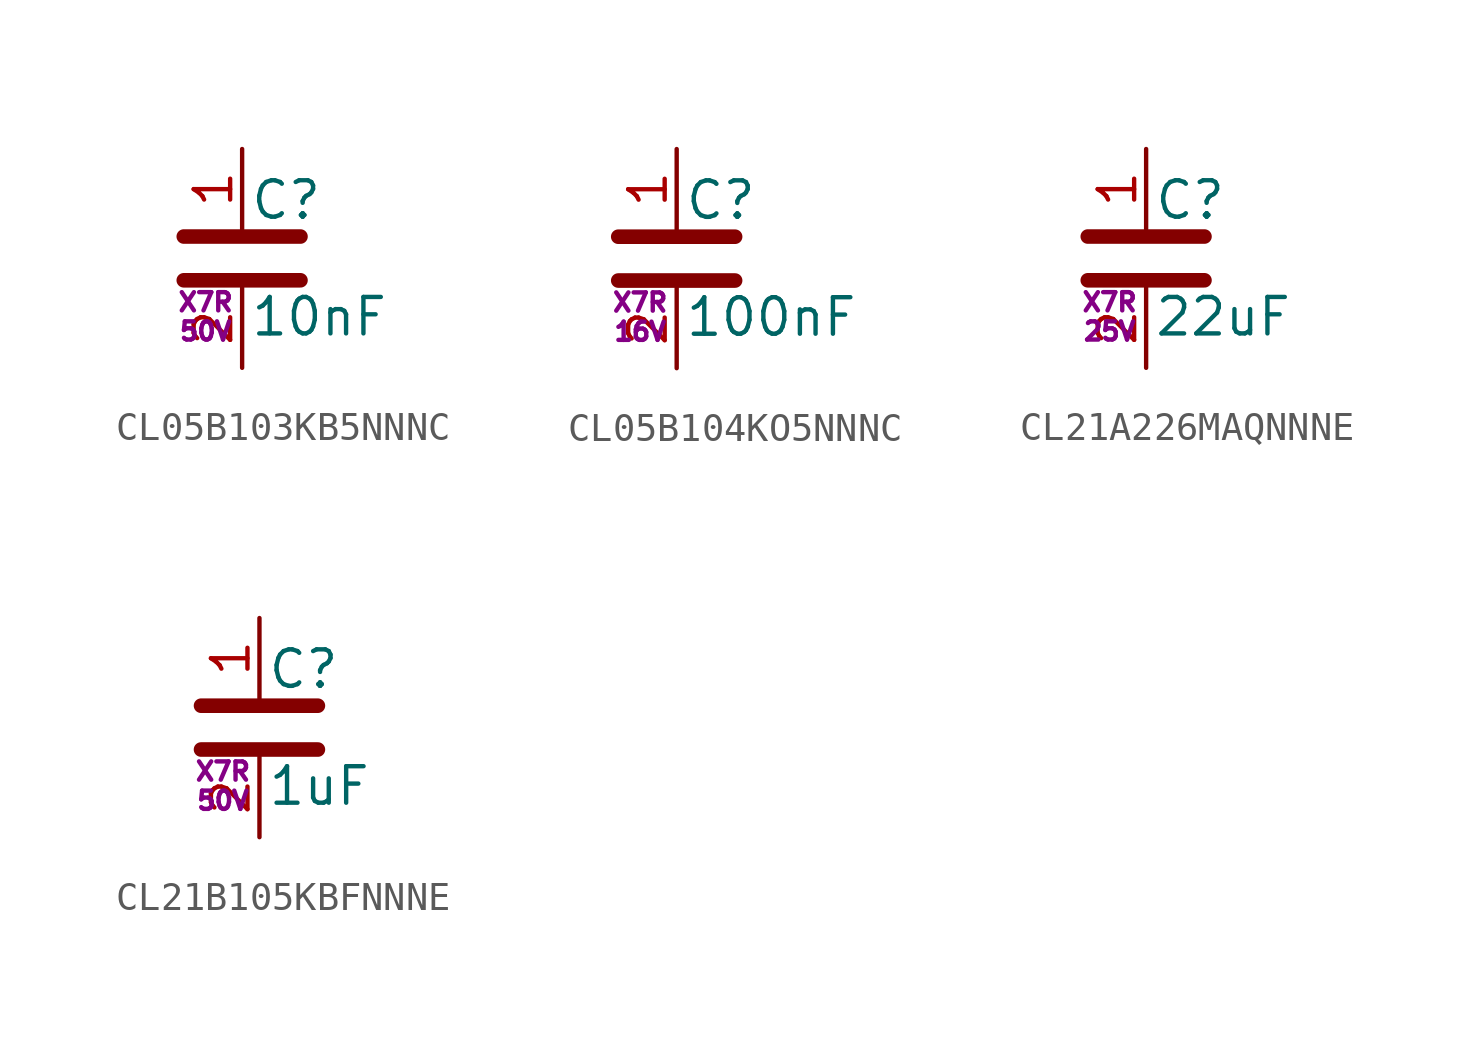
<source format=kicad_sym>
(kicad_symbol_lib
  (version 20211014)
  (generator None)
  (symbol "CL05B103KB5NNNC"
    (pin_names
      (offset 0))
    (property "Reference" "C"
      (at 0.254 2.032 0)
      (effects (font (size 1.27 1.27)) (justify left)))
    (property "Value" "10nF"
      (at 0.254 -2.032 0)
      (effects (font (size 1.27 1.27)) (justify left)))
    (property "Dielectric" "X7R"
      (at -1.27 -1.524 0)
      (effects (font (size 0.635 0.635))))
    (property "Voltage" "50V"
      (at -1.27 -2.54 0)
      (effects (font (size 0.635 0.635))))
    (symbol "CL05B103KB5NNNC_0_1"
      (polyline (pts (xy -2.032 0.762) (xy 2.032 0.762)) (stroke (width 0.508) (type default)) (fill (type none)))
      (polyline (pts (xy -2.032 -0.762) (xy 2.032 -0.762)) (stroke (width 0.508) (type default)) (fill (type none))))
    (symbol "CL05B103KB5NNNC_1_1"
      (pin passive line (at 0 3.81 270) (length 2.794) (name "~" (effects (font (size 1.27 1.27)))) (number "1" (effects (font (size 1.27 1.27)))))
      (pin passive line (at 0 -3.81 90) (length 2.794) (name "~" (effects (font (size 1.27 1.27)))) (number "2" (effects (font (size 1.27 1.27)))))))
  (symbol "CL05B104KO5NNNC"
    (pin_names
      (offset 0))
    (property "Reference" "C"
      (at 0.254 2.032 0)
      (effects (font (size 1.27 1.27)) (justify left)))
    (property "Value" "100nF"
      (at 0.254 -2.032 0)
      (effects (font (size 1.27 1.27)) (justify left)))
    (property "Dielectric" "X7R"
      (at -1.27 -1.524 0)
      (effects (font (size 0.635 0.635))))
    (property "Voltage" "16V"
      (at -1.27 -2.54 0)
      (effects (font (size 0.635 0.635))))
    (symbol "CL05B104KO5NNNC_0_1"
      (polyline (pts (xy -2.032 0.762) (xy 2.032 0.762)) (stroke (width 0.508) (type default)) (fill (type none)))
      (polyline (pts (xy -2.032 -0.762) (xy 2.032 -0.762)) (stroke (width 0.508) (type default)) (fill (type none))))
    (symbol "CL05B104KO5NNNC_1_1"
      (pin passive line (at 0 3.81 270) (length 2.794) (name "~" (effects (font (size 1.27 1.27)))) (number "1" (effects (font (size 1.27 1.27)))))
      (pin passive line (at 0 -3.81 90) (length 2.794) (name "~" (effects (font (size 1.27 1.27)))) (number "2" (effects (font (size 1.27 1.27)))))))
  (symbol "CL21A226MAQNNNE"
    (pin_names
      (offset 0))
    (property "Reference" "C"
      (at 0.254 2.032 0)
      (effects (font (size 1.27 1.27)) (justify left)))
    (property "Value" "22uF"
      (at 0.254 -2.032 0)
      (effects (font (size 1.27 1.27)) (justify left)))
    (property "Dielectric" "X7R"
      (at -1.27 -1.524 0)
      (effects (font (size 0.635 0.635))))
    (property "Voltage" "25V"
      (at -1.27 -2.54 0)
      (effects (font (size 0.635 0.635))))
    (symbol "CL21A226MAQNNNE_0_1"
      (polyline (pts (xy -2.032 0.762) (xy 2.032 0.762)) (stroke (width 0.508) (type default)) (fill (type none)))
      (polyline (pts (xy -2.032 -0.762) (xy 2.032 -0.762)) (stroke (width 0.508) (type default)) (fill (type none))))
    (symbol "CL21A226MAQNNNE_1_1"
      (pin passive line (at 0 3.81 270) (length 2.794) (name "~" (effects (font (size 1.27 1.27)))) (number "1" (effects (font (size 1.27 1.27)))))
      (pin passive line (at 0 -3.81 90) (length 2.794) (name "~" (effects (font (size 1.27 1.27)))) (number "2" (effects (font (size 1.27 1.27)))))))
  (symbol "CL21B105KBFNNNE"
    (pin_names
      (offset 0))
    (property "Reference" "C"
      (at 0.254 2.032 0)
      (effects (font (size 1.27 1.27)) (justify left)))
    (property "Value" "1uF"
      (at 0.254 -2.032 0)
      (effects (font (size 1.27 1.27)) (justify left)))
    (property "Dielectric" "X7R"
      (at -1.27 -1.524 0)
      (effects (font (size 0.635 0.635))))
    (property "Voltage" "50V"
      (at -1.27 -2.54 0)
      (effects (font (size 0.635 0.635))))
    (symbol "CL21B105KBFNNNE_0_1"
      (polyline (pts (xy -2.032 0.762) (xy 2.032 0.762)) (stroke (width 0.508) (type default)) (fill (type none)))
      (polyline (pts (xy -2.032 -0.762) (xy 2.032 -0.762)) (stroke (width 0.508) (type default)) (fill (type none))))
    (symbol "CL21B105KBFNNNE_1_1"
      (pin passive line (at 0 3.81 270) (length 2.794) (name "~" (effects (font (size 1.27 1.27)))) (number "1" (effects (font (size 1.27 1.27)))))
      (pin passive line (at 0 -3.81 90) (length 2.794) (name "~" (effects (font (size 1.27 1.27)))) (number "2" (effects (font (size 1.27 1.27))))))))
</source>
